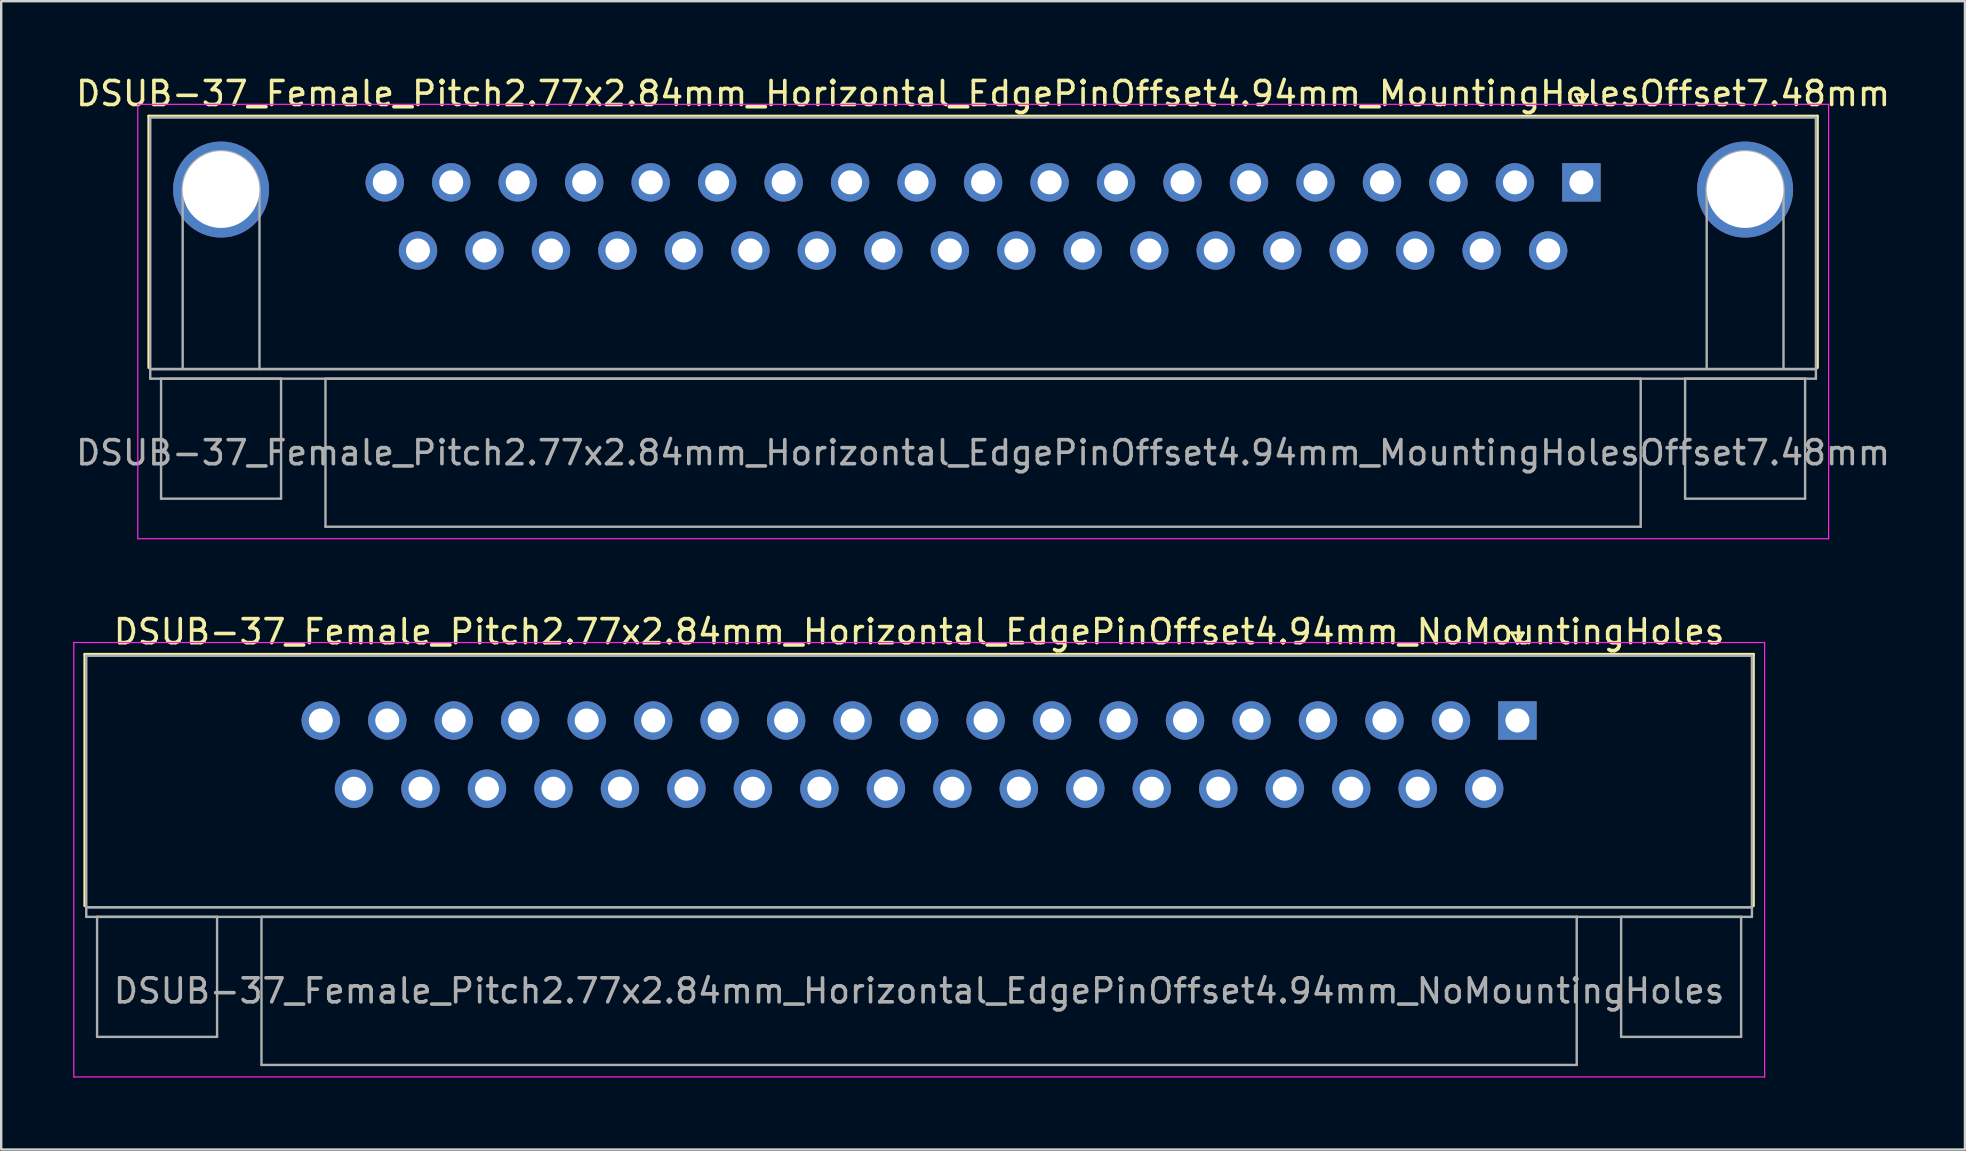
<source format=kicad_pcb>
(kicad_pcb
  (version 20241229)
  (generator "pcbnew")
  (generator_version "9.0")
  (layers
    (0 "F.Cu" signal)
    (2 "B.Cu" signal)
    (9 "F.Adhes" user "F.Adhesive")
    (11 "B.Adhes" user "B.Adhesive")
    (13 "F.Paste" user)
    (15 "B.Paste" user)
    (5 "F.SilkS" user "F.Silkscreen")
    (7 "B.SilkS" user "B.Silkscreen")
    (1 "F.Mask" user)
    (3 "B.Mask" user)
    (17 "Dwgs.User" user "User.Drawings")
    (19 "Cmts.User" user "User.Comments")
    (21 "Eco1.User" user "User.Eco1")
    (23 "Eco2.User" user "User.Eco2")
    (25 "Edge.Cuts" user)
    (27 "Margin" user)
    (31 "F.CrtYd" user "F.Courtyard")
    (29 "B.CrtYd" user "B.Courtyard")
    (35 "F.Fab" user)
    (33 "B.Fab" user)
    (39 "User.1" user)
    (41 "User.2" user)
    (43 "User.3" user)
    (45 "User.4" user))
  (footprint "DSUB-37_Female_Pitch2.77x2.84mm_Horizontal_EdgePinOffset4.94mm_MountingHolesOffset7.48mm"
    (layer "F.Cu")
    (at 62.841 4.548)
    (property "Reference" "DSUB-37_Female_Pitch2.77x2.84mm_Horizontal_EdgePinOffset4.94mm_MountingHolesOffset7.48mm" (at -24.93 -3.7 0) (layer "F.SilkS") (effects (font (size 1 1) (thickness 0.15))))
    (attr through_hole)
    (fp_line (start -59.69 -2.76) (end 9.83 -2.76) (stroke (width 0.12) (type solid)) (layer "F.SilkS"))
    (fp_line (start -59.69 7.72) (end -59.69 -2.76) (stroke (width 0.12) (type solid)) (layer "F.SilkS"))
    (fp_line (start -0.25 -3.654) (end 0.25 -3.654) (stroke (width 0.12) (type solid)) (layer "F.SilkS"))
    (fp_line (start 0 -3.221) (end -0.25 -3.654) (stroke (width 0.12) (type solid)) (layer "F.SilkS"))
    (fp_line (start 0.25 -3.654) (end 0 -3.221) (stroke (width 0.12) (type solid)) (layer "F.SilkS"))
    (fp_line (start 9.83 -2.76) (end 9.83 7.72) (stroke (width 0.12) (type solid)) (layer "F.SilkS"))
    (fp_line (start -60.15 -3.25) (end -60.15 14.85) (stroke (width 0.05) (type solid)) (layer "F.CrtYd"))
    (fp_line (start -60.15 14.85) (end 10.3 14.85) (stroke (width 0.05) (type solid)) (layer "F.CrtYd"))
    (fp_line (start 10.3 -3.25) (end -60.15 -3.25) (stroke (width 0.05) (type solid)) (layer "F.CrtYd"))
    (fp_line (start 10.3 14.85) (end 10.3 -3.25) (stroke (width 0.05) (type solid)) (layer "F.CrtYd"))
    (fp_line (start -59.63 -2.7) (end -59.63 7.78) (stroke (width 0.1) (type solid)) (layer "F.Fab"))
    (fp_line (start -59.63 7.78) (end -59.63 8.18) (stroke (width 0.1) (type solid)) (layer "F.Fab"))
    (fp_line (start -59.63 7.78) (end 9.77 7.78) (stroke (width 0.1) (type solid)) (layer "F.Fab"))
    (fp_line (start -59.63 8.18) (end 9.77 8.18) (stroke (width 0.1) (type solid)) (layer "F.Fab"))
    (fp_line (start -59.18 8.18) (end -59.18 13.18) (stroke (width 0.1) (type solid)) (layer "F.Fab"))
    (fp_line (start -59.18 13.18) (end -54.18 13.18) (stroke (width 0.1) (type solid)) (layer "F.Fab"))
    (fp_line (start -58.28 7.78) (end -58.28 0.3) (stroke (width 0.1) (type solid)) (layer "F.Fab"))
    (fp_line (start -55.08 7.78) (end -55.08 0.3) (stroke (width 0.1) (type solid)) (layer "F.Fab"))
    (fp_line (start -54.18 8.18) (end -59.18 8.18) (stroke (width 0.1) (type solid)) (layer "F.Fab"))
    (fp_line (start -54.18 13.18) (end -54.18 8.18) (stroke (width 0.1) (type solid)) (layer "F.Fab"))
    (fp_line (start -52.33 8.18) (end -52.33 14.35) (stroke (width 0.1) (type solid)) (layer "F.Fab"))
    (fp_line (start -52.33 14.35) (end 2.47 14.35) (stroke (width 0.1) (type solid)) (layer "F.Fab"))
    (fp_line (start 2.47 8.18) (end -52.33 8.18) (stroke (width 0.1) (type solid)) (layer "F.Fab"))
    (fp_line (start 2.47 14.35) (end 2.47 8.18) (stroke (width 0.1) (type solid)) (layer "F.Fab"))
    (fp_line (start 4.32 8.18) (end 4.32 13.18) (stroke (width 0.1) (type solid)) (layer "F.Fab"))
    (fp_line (start 4.32 13.18) (end 9.32 13.18) (stroke (width 0.1) (type solid)) (layer "F.Fab"))
    (fp_line (start 5.22 7.78) (end 5.22 0.3) (stroke (width 0.1) (type solid)) (layer "F.Fab"))
    (fp_line (start 8.42 7.78) (end 8.42 0.3) (stroke (width 0.1) (type solid)) (layer "F.Fab"))
    (fp_line (start 9.32 8.18) (end 4.32 8.18) (stroke (width 0.1) (type solid)) (layer "F.Fab"))
    (fp_line (start 9.32 13.18) (end 9.32 8.18) (stroke (width 0.1) (type solid)) (layer "F.Fab"))
    (fp_line (start 9.77 -2.7) (end -59.63 -2.7) (stroke (width 0.1) (type solid)) (layer "F.Fab"))
    (fp_line (start 9.77 7.78) (end -59.63 7.78) (stroke (width 0.1) (type solid)) (layer "F.Fab"))
    (fp_line (start 9.77 7.78) (end 9.77 -2.7) (stroke (width 0.1) (type solid)) (layer "F.Fab"))
    (fp_line (start 9.77 8.18) (end 9.77 7.78) (stroke (width 0.1) (type solid)) (layer "F.Fab"))
    (fp_arc (start -58.28 0.3) (mid -56.68 -1.3) (end -55.08 0.3) (stroke (width 0.1) (type solid)) (layer "F.Fab"))
    (fp_arc (start 5.22 0.3) (mid 6.82 -1.3) (end 8.42 0.3) (stroke (width 0.1) (type solid)) (layer "F.Fab"))
    (fp_text user "${REFERENCE}" (at -24.93 11.265 0) (layer "F.Fab") (effects (font (size 1 1) (thickness 0.15))))
    (pad "0" thru_hole circle (at -56.68 0.3) (size 4 4) (drill 3.2) (layers "*.Cu" "*.Mask"))
    (pad "0" thru_hole circle (at 6.82 0.3) (size 4 4) (drill 3.2) (layers "*.Cu" "*.Mask"))
    (pad "1" thru_hole rect (at 0 0) (size 1.6 1.6) (drill 1) (layers "*.Cu" "*.Mask"))
    (pad "2" thru_hole circle (at -2.77 0) (size 1.6 1.6) (drill 1) (layers "*.Cu" "*.Mask"))
    (pad "3" thru_hole circle (at -5.54 0) (size 1.6 1.6) (drill 1) (layers "*.Cu" "*.Mask"))
    (pad "4" thru_hole circle (at -8.31 0) (size 1.6 1.6) (drill 1) (layers "*.Cu" "*.Mask"))
    (pad "5" thru_hole circle (at -11.08 0) (size 1.6 1.6) (drill 1) (layers "*.Cu" "*.Mask"))
    (pad "6" thru_hole circle (at -13.85 0) (size 1.6 1.6) (drill 1) (layers "*.Cu" "*.Mask"))
    (pad "7" thru_hole circle (at -16.62 0) (size 1.6 1.6) (drill 1) (layers "*.Cu" "*.Mask"))
    (pad "8" thru_hole circle (at -19.39 0) (size 1.6 1.6) (drill 1) (layers "*.Cu" "*.Mask"))
    (pad "9" thru_hole circle (at -22.16 0) (size 1.6 1.6) (drill 1) (layers "*.Cu" "*.Mask"))
    (pad "10" thru_hole circle (at -24.93 0) (size 1.6 1.6) (drill 1) (layers "*.Cu" "*.Mask"))
    (pad "11" thru_hole circle (at -27.7 0) (size 1.6 1.6) (drill 1) (layers "*.Cu" "*.Mask"))
    (pad "12" thru_hole circle (at -30.47 0) (size 1.6 1.6) (drill 1) (layers "*.Cu" "*.Mask"))
    (pad "13" thru_hole circle (at -33.24 0) (size 1.6 1.6) (drill 1) (layers "*.Cu" "*.Mask"))
    (pad "14" thru_hole circle (at -36.01 0) (size 1.6 1.6) (drill 1) (layers "*.Cu" "*.Mask"))
    (pad "15" thru_hole circle (at -38.78 0) (size 1.6 1.6) (drill 1) (layers "*.Cu" "*.Mask"))
    (pad "16" thru_hole circle (at -41.55 0) (size 1.6 1.6) (drill 1) (layers "*.Cu" "*.Mask"))
    (pad "17" thru_hole circle (at -44.32 0) (size 1.6 1.6) (drill 1) (layers "*.Cu" "*.Mask"))
    (pad "18" thru_hole circle (at -47.09 0) (size 1.6 1.6) (drill 1) (layers "*.Cu" "*.Mask"))
    (pad "19" thru_hole circle (at -49.86 0) (size 1.6 1.6) (drill 1) (layers "*.Cu" "*.Mask"))
    (pad "20" thru_hole circle (at -1.385 2.84) (size 1.6 1.6) (drill 1) (layers "*.Cu" "*.Mask"))
    (pad "21" thru_hole circle (at -4.155 2.84) (size 1.6 1.6) (drill 1) (layers "*.Cu" "*.Mask"))
    (pad "22" thru_hole circle (at -6.925 2.84) (size 1.6 1.6) (drill 1) (layers "*.Cu" "*.Mask"))
    (pad "23" thru_hole circle (at -9.695 2.84) (size 1.6 1.6) (drill 1) (layers "*.Cu" "*.Mask"))
    (pad "24" thru_hole circle (at -12.465 2.84) (size 1.6 1.6) (drill 1) (layers "*.Cu" "*.Mask"))
    (pad "25" thru_hole circle (at -15.235 2.84) (size 1.6 1.6) (drill 1) (layers "*.Cu" "*.Mask"))
    (pad "26" thru_hole circle (at -18.005 2.84) (size 1.6 1.6) (drill 1) (layers "*.Cu" "*.Mask"))
    (pad "27" thru_hole circle (at -20.775 2.84) (size 1.6 1.6) (drill 1) (layers "*.Cu" "*.Mask"))
    (pad "28" thru_hole circle (at -23.545 2.84) (size 1.6 1.6) (drill 1) (layers "*.Cu" "*.Mask"))
    (pad "29" thru_hole circle (at -26.315 2.84) (size 1.6 1.6) (drill 1) (layers "*.Cu" "*.Mask"))
    (pad "30" thru_hole circle (at -29.085 2.84) (size 1.6 1.6) (drill 1) (layers "*.Cu" "*.Mask"))
    (pad "31" thru_hole circle (at -31.855 2.84) (size 1.6 1.6) (drill 1) (layers "*.Cu" "*.Mask"))
    (pad "32" thru_hole circle (at -34.625 2.84) (size 1.6 1.6) (drill 1) (layers "*.Cu" "*.Mask"))
    (pad "33" thru_hole circle (at -37.395 2.84) (size 1.6 1.6) (drill 1) (layers "*.Cu" "*.Mask"))
    (pad "34" thru_hole circle (at -40.165 2.84) (size 1.6 1.6) (drill 1) (layers "*.Cu" "*.Mask"))
    (pad "35" thru_hole circle (at -42.935 2.84) (size 1.6 1.6) (drill 1) (layers "*.Cu" "*.Mask"))
    (pad "36" thru_hole circle (at -45.705 2.84) (size 1.6 1.6) (drill 1) (layers "*.Cu" "*.Mask"))
    (pad "37" thru_hole circle (at -48.475 2.84) (size 1.6 1.6) (drill 1) (layers "*.Cu" "*.Mask")))
  (footprint "DSUB-37_Female_Pitch2.77x2.84mm_Horizontal_EdgePinOffset4.94mm_NoMountingHoles"
    (layer "F.Cu")
    (at 60.175 26.971)
    (property "Reference" "DSUB-37_Female_Pitch2.77x2.84mm_Horizontal_EdgePinOffset4.94mm_NoMountingHoles" (at -24.93 -3.7 0) (layer "F.SilkS") (effects (font (size 1 1) (thickness 0.15))))
    (attr through_hole)
    (fp_line (start -59.69 -2.76) (end 9.83 -2.76) (stroke (width 0.12) (type solid)) (layer "F.SilkS"))
    (fp_line (start -59.69 7.72) (end -59.69 -2.76) (stroke (width 0.12) (type solid)) (layer "F.SilkS"))
    (fp_line (start -0.25 -3.654) (end 0.25 -3.654) (stroke (width 0.12) (type solid)) (layer "F.SilkS"))
    (fp_line (start 0 -3.221) (end -0.25 -3.654) (stroke (width 0.12) (type solid)) (layer "F.SilkS"))
    (fp_line (start 0.25 -3.654) (end 0 -3.221) (stroke (width 0.12) (type solid)) (layer "F.SilkS"))
    (fp_line (start 9.83 -2.76) (end 9.83 7.72) (stroke (width 0.12) (type solid)) (layer "F.SilkS"))
    (fp_line (start -60.15 -3.25) (end -60.15 14.85) (stroke (width 0.05) (type solid)) (layer "F.CrtYd"))
    (fp_line (start -60.15 14.85) (end 10.3 14.85) (stroke (width 0.05) (type solid)) (layer "F.CrtYd"))
    (fp_line (start 10.3 -3.25) (end -60.15 -3.25) (stroke (width 0.05) (type solid)) (layer "F.CrtYd"))
    (fp_line (start 10.3 14.85) (end 10.3 -3.25) (stroke (width 0.05) (type solid)) (layer "F.CrtYd"))
    (fp_line (start -59.63 -2.7) (end -59.63 7.78) (stroke (width 0.1) (type solid)) (layer "F.Fab"))
    (fp_line (start -59.63 7.78) (end -59.63 8.18) (stroke (width 0.1) (type solid)) (layer "F.Fab"))
    (fp_line (start -59.63 7.78) (end 9.77 7.78) (stroke (width 0.1) (type solid)) (layer "F.Fab"))
    (fp_line (start -59.63 8.18) (end 9.77 8.18) (stroke (width 0.1) (type solid)) (layer "F.Fab"))
    (fp_line (start -59.18 8.18) (end -59.18 13.18) (stroke (width 0.1) (type solid)) (layer "F.Fab"))
    (fp_line (start -59.18 13.18) (end -54.18 13.18) (stroke (width 0.1) (type solid)) (layer "F.Fab"))
    (fp_line (start -54.18 8.18) (end -59.18 8.18) (stroke (width 0.1) (type solid)) (layer "F.Fab"))
    (fp_line (start -54.18 13.18) (end -54.18 8.18) (stroke (width 0.1) (type solid)) (layer "F.Fab"))
    (fp_line (start -52.33 8.18) (end -52.33 14.35) (stroke (width 0.1) (type solid)) (layer "F.Fab"))
    (fp_line (start -52.33 14.35) (end 2.47 14.35) (stroke (width 0.1) (type solid)) (layer "F.Fab"))
    (fp_line (start 2.47 8.18) (end -52.33 8.18) (stroke (width 0.1) (type solid)) (layer "F.Fab"))
    (fp_line (start 2.47 14.35) (end 2.47 8.18) (stroke (width 0.1) (type solid)) (layer "F.Fab"))
    (fp_line (start 4.32 8.18) (end 4.32 13.18) (stroke (width 0.1) (type solid)) (layer "F.Fab"))
    (fp_line (start 4.32 13.18) (end 9.32 13.18) (stroke (width 0.1) (type solid)) (layer "F.Fab"))
    (fp_line (start 9.32 8.18) (end 4.32 8.18) (stroke (width 0.1) (type solid)) (layer "F.Fab"))
    (fp_line (start 9.32 13.18) (end 9.32 8.18) (stroke (width 0.1) (type solid)) (layer "F.Fab"))
    (fp_line (start 9.77 -2.7) (end -59.63 -2.7) (stroke (width 0.1) (type solid)) (layer "F.Fab"))
    (fp_line (start 9.77 7.78) (end -59.63 7.78) (stroke (width 0.1) (type solid)) (layer "F.Fab"))
    (fp_line (start 9.77 7.78) (end 9.77 -2.7) (stroke (width 0.1) (type solid)) (layer "F.Fab"))
    (fp_line (start 9.77 8.18) (end 9.77 7.78) (stroke (width 0.1) (type solid)) (layer "F.Fab"))
    (fp_text user "${REFERENCE}" (at -24.93 11.265 0) (layer "F.Fab") (effects (font (size 1 1) (thickness 0.15))))
    (pad "1" thru_hole rect (at 0 0) (size 1.6 1.6) (drill 1) (layers "*.Cu" "*.Mask"))
    (pad "2" thru_hole circle (at -2.77 0) (size 1.6 1.6) (drill 1) (layers "*.Cu" "*.Mask"))
    (pad "3" thru_hole circle (at -5.54 0) (size 1.6 1.6) (drill 1) (layers "*.Cu" "*.Mask"))
    (pad "4" thru_hole circle (at -8.31 0) (size 1.6 1.6) (drill 1) (layers "*.Cu" "*.Mask"))
    (pad "5" thru_hole circle (at -11.08 0) (size 1.6 1.6) (drill 1) (layers "*.Cu" "*.Mask"))
    (pad "6" thru_hole circle (at -13.85 0) (size 1.6 1.6) (drill 1) (layers "*.Cu" "*.Mask"))
    (pad "7" thru_hole circle (at -16.62 0) (size 1.6 1.6) (drill 1) (layers "*.Cu" "*.Mask"))
    (pad "8" thru_hole circle (at -19.39 0) (size 1.6 1.6) (drill 1) (layers "*.Cu" "*.Mask"))
    (pad "9" thru_hole circle (at -22.16 0) (size 1.6 1.6) (drill 1) (layers "*.Cu" "*.Mask"))
    (pad "10" thru_hole circle (at -24.93 0) (size 1.6 1.6) (drill 1) (layers "*.Cu" "*.Mask"))
    (pad "11" thru_hole circle (at -27.7 0) (size 1.6 1.6) (drill 1) (layers "*.Cu" "*.Mask"))
    (pad "12" thru_hole circle (at -30.47 0) (size 1.6 1.6) (drill 1) (layers "*.Cu" "*.Mask"))
    (pad "13" thru_hole circle (at -33.24 0) (size 1.6 1.6) (drill 1) (layers "*.Cu" "*.Mask"))
    (pad "14" thru_hole circle (at -36.01 0) (size 1.6 1.6) (drill 1) (layers "*.Cu" "*.Mask"))
    (pad "15" thru_hole circle (at -38.78 0) (size 1.6 1.6) (drill 1) (layers "*.Cu" "*.Mask"))
    (pad "16" thru_hole circle (at -41.55 0) (size 1.6 1.6) (drill 1) (layers "*.Cu" "*.Mask"))
    (pad "17" thru_hole circle (at -44.32 0) (size 1.6 1.6) (drill 1) (layers "*.Cu" "*.Mask"))
    (pad "18" thru_hole circle (at -47.09 0) (size 1.6 1.6) (drill 1) (layers "*.Cu" "*.Mask"))
    (pad "19" thru_hole circle (at -49.86 0) (size 1.6 1.6) (drill 1) (layers "*.Cu" "*.Mask"))
    (pad "20" thru_hole circle (at -1.385 2.84) (size 1.6 1.6) (drill 1) (layers "*.Cu" "*.Mask"))
    (pad "21" thru_hole circle (at -4.155 2.84) (size 1.6 1.6) (drill 1) (layers "*.Cu" "*.Mask"))
    (pad "22" thru_hole circle (at -6.925 2.84) (size 1.6 1.6) (drill 1) (layers "*.Cu" "*.Mask"))
    (pad "23" thru_hole circle (at -9.695 2.84) (size 1.6 1.6) (drill 1) (layers "*.Cu" "*.Mask"))
    (pad "24" thru_hole circle (at -12.465 2.84) (size 1.6 1.6) (drill 1) (layers "*.Cu" "*.Mask"))
    (pad "25" thru_hole circle (at -15.235 2.84) (size 1.6 1.6) (drill 1) (layers "*.Cu" "*.Mask"))
    (pad "26" thru_hole circle (at -18.005 2.84) (size 1.6 1.6) (drill 1) (layers "*.Cu" "*.Mask"))
    (pad "27" thru_hole circle (at -20.775 2.84) (size 1.6 1.6) (drill 1) (layers "*.Cu" "*.Mask"))
    (pad "28" thru_hole circle (at -23.545 2.84) (size 1.6 1.6) (drill 1) (layers "*.Cu" "*.Mask"))
    (pad "29" thru_hole circle (at -26.315 2.84) (size 1.6 1.6) (drill 1) (layers "*.Cu" "*.Mask"))
    (pad "30" thru_hole circle (at -29.085 2.84) (size 1.6 1.6) (drill 1) (layers "*.Cu" "*.Mask"))
    (pad "31" thru_hole circle (at -31.855 2.84) (size 1.6 1.6) (drill 1) (layers "*.Cu" "*.Mask"))
    (pad "32" thru_hole circle (at -34.625 2.84) (size 1.6 1.6) (drill 1) (layers "*.Cu" "*.Mask"))
    (pad "33" thru_hole circle (at -37.395 2.84) (size 1.6 1.6) (drill 1) (layers "*.Cu" "*.Mask"))
    (pad "34" thru_hole circle (at -40.165 2.84) (size 1.6 1.6) (drill 1) (layers "*.Cu" "*.Mask"))
    (pad "35" thru_hole circle (at -42.935 2.84) (size 1.6 1.6) (drill 1) (layers "*.Cu" "*.Mask"))
    (pad "36" thru_hole circle (at -45.705 2.84) (size 1.6 1.6) (drill 1) (layers "*.Cu" "*.Mask"))
    (pad "37" thru_hole circle (at -48.475 2.84) (size 1.6 1.6) (drill 1) (layers "*.Cu" "*.Mask")))
  (gr_rect
    (start -3 -3)
    (end 78.821 44.846)
    (stroke (width 0.1) (type default))
    (fill no)
    (layer "Edge.Cuts")))
</source>
